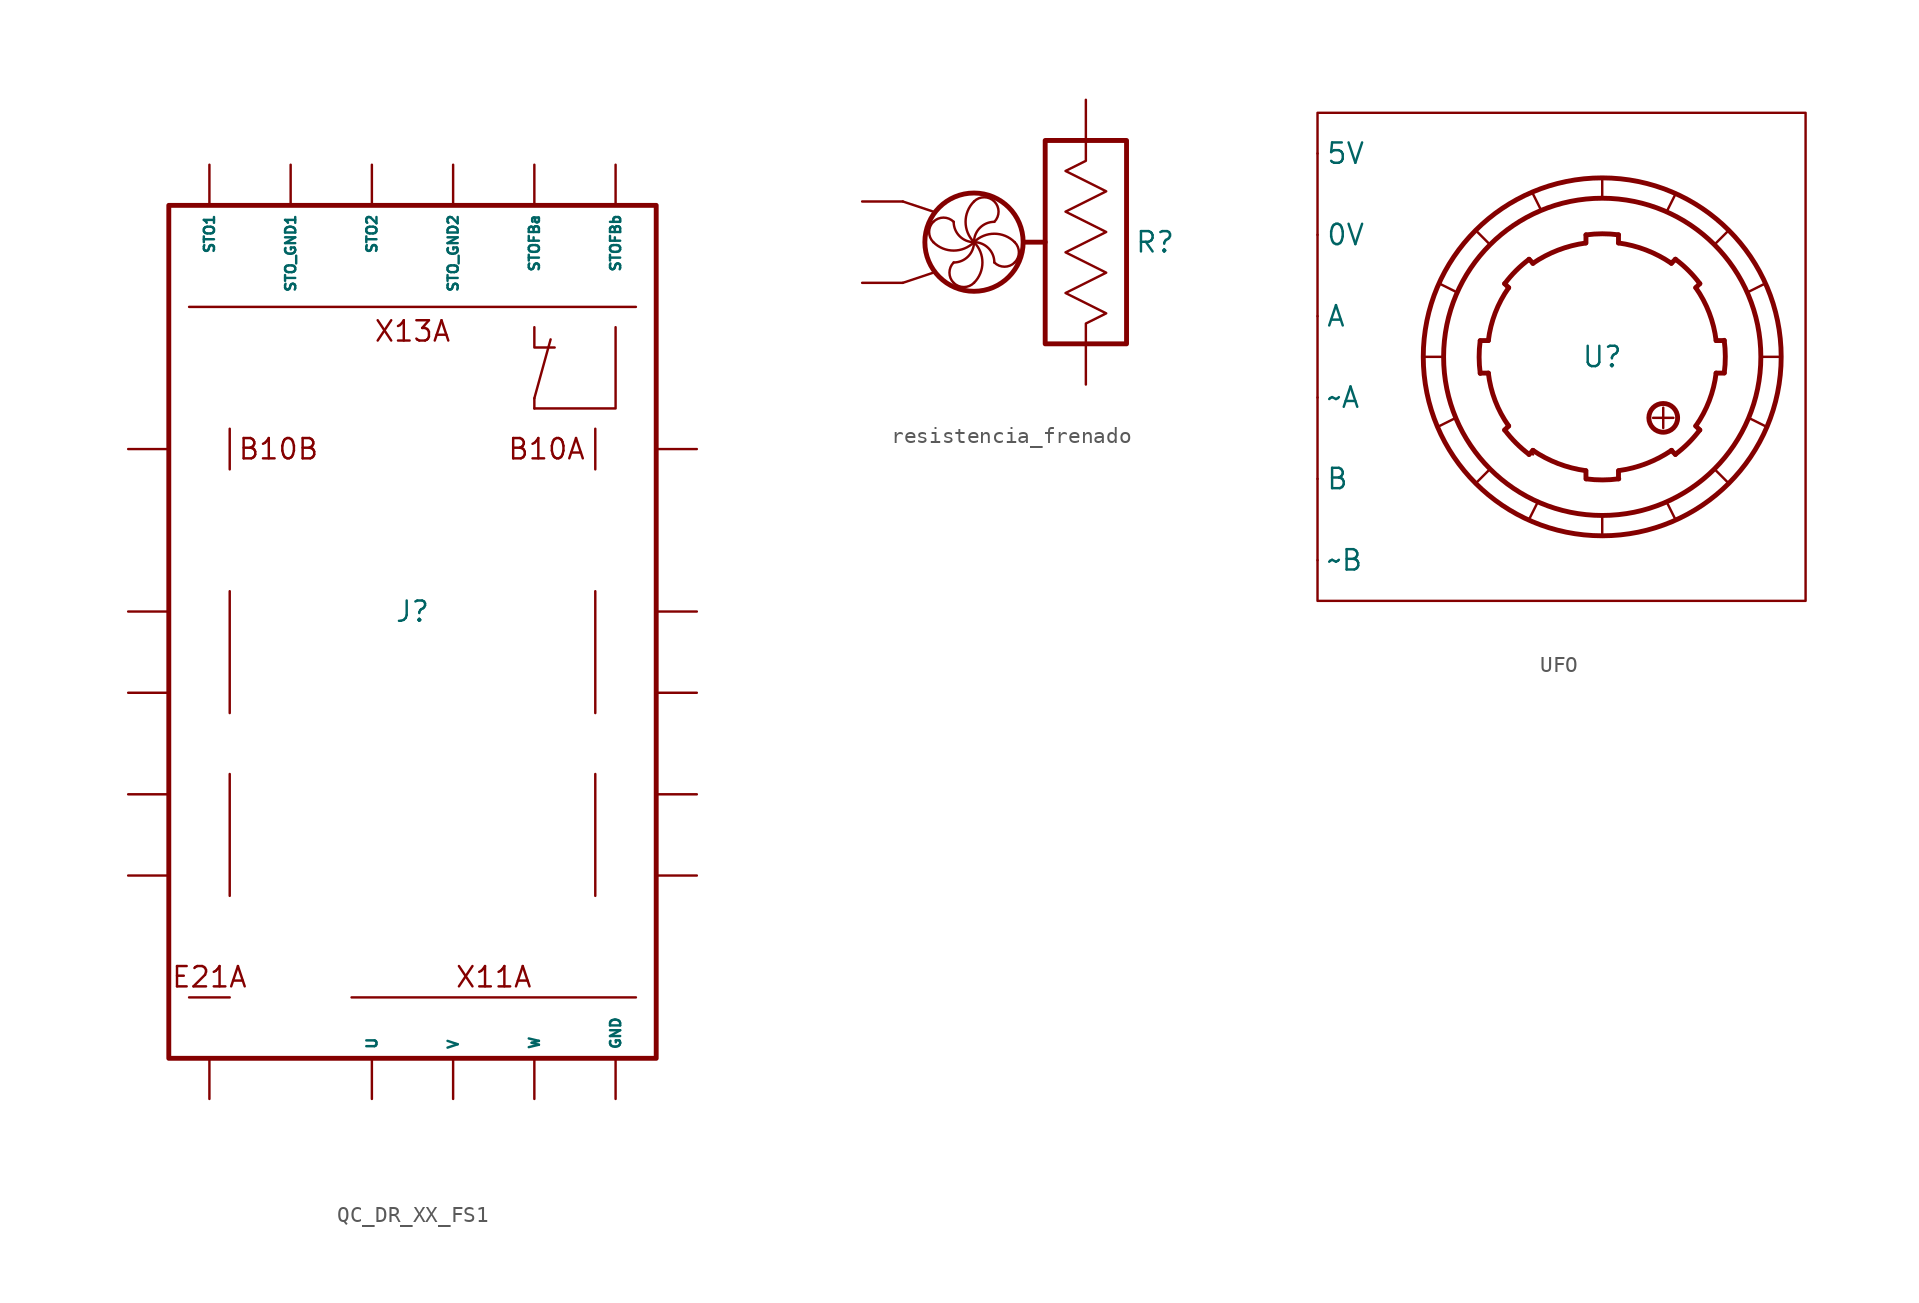
<source format=kicad_sym>
(kicad_symbol_lib
  (version 20241209)
  (generator "kicad_symbol_editor")
  (generator_version "9.0")
  (symbol "QC_DR_XX_FS1"
    (property "Reference" "J"
      (at 0 0 0)
      (effects (font (size 1.27 1.27))))
    (property "Value" ""
      (at 0 0 0)
      (effects (font (size 1.27 1.27))))
    (symbol "QC_DR_XX_FS1_1_1"
      (rectangle (start -15.24 25.4) (end 15.24 -27.94) (stroke (width 0.305) (type solid)) (fill (type none)))
      (polyline (pts (xy -11.43 11.43) (xy -11.43 8.89)) (stroke (width 0) (type default)) (fill (type none)))
      (polyline (pts (xy -11.43 1.27) (xy -11.43 -6.35)) (stroke (width 0) (type default)) (fill (type none)))
      (polyline (pts (xy -11.43 -10.16) (xy -11.43 -17.78)) (stroke (width 0) (type default)) (fill (type none)))
      (polyline (pts (xy -11.43 -24.13) (xy -13.97 -24.13)) (stroke (width 0) (type default)) (fill (type none)))
      (polyline (pts (xy -3.81 -24.13) (xy 13.97 -24.13)) (stroke (width 0) (type default)) (fill (type none)))
      (polyline (pts (xy 7.62 17.78) (xy 7.62 16.51) (xy 8.89 16.51)) (stroke (width 0) (type default)) (fill (type none)))
      (polyline (pts (xy 7.62 13.335) (xy 7.62 12.7)) (stroke (width 0) (type default)) (fill (type none)))
      (polyline (pts (xy 7.62 13.335) (xy 8.636 17.018)) (stroke (width 0) (type default)) (fill (type none)))
      (polyline (pts (xy 11.43 11.43) (xy 11.43 8.89)) (stroke (width 0) (type default)) (fill (type none)))
      (polyline (pts (xy 11.43 1.27) (xy 11.43 -6.35)) (stroke (width 0) (type default)) (fill (type none)))
      (polyline (pts (xy 11.43 -10.16) (xy 11.43 -17.78)) (stroke (width 0) (type default)) (fill (type none)))
      (polyline (pts (xy 12.7 17.78) (xy 12.7 12.7) (xy 7.62 12.7)) (stroke (width 0) (type default)) (fill (type none)))
      (polyline (pts (xy 13.97 19.05) (xy -13.97 19.05)) (stroke (width 0) (type default)) (fill (type none)))
      (text "E21A" (at -12.7 -22.86 0) (effects (font (size 1.27 1.27))))
      (text "B10B" (at -8.382 10.16 0) (effects (font (size 1.27 1.27))))
      (text "X13A" (at 0 17.526 0) (effects (font (size 1.27 1.27))))
      (text "X11A" (at 5.08 -22.86 0) (effects (font (size 1.27 1.27))))
      (text "B10A" (at 8.382 10.16 0) (effects (font (size 1.27 1.27))))
      (pin output line (at -17.78 10.16 0) (length 2.54) (name "" (effects (font (size 1.27 1.27)))) (number "" (effects (font (size 0.635 0.635)))))
      (pin output line (at -17.78 0 0) (length 2.54) (name "" (effects (font (size 1.27 1.27)))) (number "" (effects (font (size 0.635 0.635)))))
      (pin output line (at -17.78 -5.08 0) (length 2.54) (name "" (effects (font (size 1.27 1.27)))) (number "" (effects (font (size 0.635 0.635)))))
      (pin output line (at -17.78 -11.43 0) (length 2.54) (name "" (effects (font (size 1.27 1.27)))) (number "" (effects (font (size 0.635 0.635)))))
      (pin output line (at -17.78 -16.51 0) (length 2.54) (name "" (effects (font (size 1.27 1.27)))) (number "" (effects (font (size 0.635 0.635)))))
      (pin output line (at -12.7 27.94 270) (length 2.54) (name "STO1" (effects (font (size 0.635 0.635)))) (number "" (effects (font (size 0.635 0.635)))))
      (pin output line (at -12.7 -30.48 90) (length 2.54) (name "" (effects (font (size 1.27 1.27)))) (number "" (effects (font (size 0.635 0.635)))))
      (pin output line (at -7.62 27.94 270) (length 2.54) (name "STO_GND1" (effects (font (size 0.635 0.635)))) (number "" (effects (font (size 0.635 0.635)))))
      (pin output line (at -2.54 27.94 270) (length 2.54) (name "STO2" (effects (font (size 0.635 0.635)))) (number "" (effects (font (size 0.635 0.635)))))
      (pin output line (at -2.54 -30.48 90) (length 2.54) (name "U" (effects (font (size 0.635 0.635)))) (number "" (effects (font (size 0.635 0.635)))))
      (pin output line (at 2.54 27.94 270) (length 2.54) (name "STO_GND2" (effects (font (size 0.635 0.635)))) (number "" (effects (font (size 0.635 0.635)))))
      (pin output line (at 2.54 -30.48 90) (length 2.54) (name "V" (effects (font (size 0.635 0.635)))) (number "" (effects (font (size 0.635 0.635)))))
      (pin output line (at 7.62 27.94 270) (length 2.54) (name "STOFBa" (effects (font (size 0.635 0.635)))) (number "" (effects (font (size 0.635 0.635)))))
      (pin output line (at 7.62 -30.48 90) (length 2.54) (name "W" (effects (font (size 0.635 0.635)))) (number "" (effects (font (size 0.635 0.635)))))
      (pin output line (at 12.7 27.94 270) (length 2.54) (name "STOFBb" (effects (font (size 0.635 0.635)))) (number "" (effects (font (size 0.635 0.635)))))
      (pin output line (at 12.7 -30.48 90) (length 2.54) (name "GND" (effects (font (size 0.635 0.635)))) (number "" (effects (font (size 0.635 0.635)))))
      (pin output line (at 17.78 10.16 180) (length 2.54) (name "" (effects (font (size 1.27 1.27)))) (number "" (effects (font (size 0.635 0.635)))))
      (pin output line (at 17.78 0 180) (length 2.54) (name "" (effects (font (size 1.27 1.27)))) (number "" (effects (font (size 0.635 0.635)))))
      (pin output line (at 17.78 -5.08 180) (length 2.54) (name "" (effects (font (size 1.27 1.27)))) (number "" (effects (font (size 0.635 0.635)))))
      (pin output line (at 17.78 -11.43 180) (length 2.54) (name "" (effects (font (size 1.27 1.27)))) (number "" (effects (font (size 0.635 0.635)))))
      (pin output line (at 17.78 -16.51 180) (length 2.54) (name "" (effects (font (size 1.27 1.27)))) (number "" (effects (font (size 0.635 0.635)))))))
  (symbol "resistencia_frenado"
    (property "Reference" "R"
      (at 4.318 0 0)
      (effects (font (size 1.27 1.27))))
    (property "Value" ""
      (at 0 0 0)
      (effects (font (size 1.27 1.27))))
    (symbol "resistencia_frenado_0_1"
      (arc (start -9.525 1.2701) (mid -8.89 1.5331) (end -8.255 1.2701) (stroke (width 0) (type default)) (fill (type none)))
      (arc (start -9.525 0.0001) (mid -9.788 0.6351) (end -9.525 1.2701) (stroke (width 0) (type default)) (fill (type none)))
      (arc (start -6.985 0.0001) (mid -8.255 -0.526) (end -9.525 0.0001) (stroke (width 0) (type default)) (fill (type none)))
      (arc (start -6.9848 0.0001) (mid -7.3568 -0.8979) (end -8.2548 -1.2699) (stroke (width 0) (type default)) (fill (type none)))
      (arc (start -6.9848 0.0001) (mid -6.4587 -1.2699) (end -6.9848 -2.5399) (stroke (width 0) (type default)) (fill (type none)))
      (arc (start -6.9848 -2.5399) (mid -7.6198 -2.8029) (end -8.2548 -2.5399) (stroke (width 0) (type default)) (fill (type none)))
      (arc (start -8.2548 -2.5399) (mid -8.5178 -1.9049) (end -8.2548 -1.2699) (stroke (width 0) (type default)) (fill (type none)))
      (arc (start -6.9849 0.0002) (mid -6.0869 -0.3718) (end -5.7149 -1.2698) (stroke (width 0) (type default)) (fill (type none)))
      (arc (start -6.985 0.0001) (mid -7.883 0.3721) (end -8.255 1.2701) (stroke (width 0) (type default)) (fill (type none)))
      (arc (start -6.9849 2.5402) (mid -5.7149 2.5402) (end -5.7149 1.2702) (stroke (width 0) (type default)) (fill (type none)))
      (arc (start -6.9849 0.0002) (mid -7.511 1.2702) (end -6.9849 2.5402) (stroke (width 0) (type default)) (fill (type none)))
      (arc (start -6.9849 0.0002) (mid -5.7149 0.5263) (end -4.4449 0.0002) (stroke (width 0) (type default)) (fill (type none)))
      (arc (start -6.9849 0.0002) (mid -6.6129 0.8982) (end -5.7149 1.2702) (stroke (width 0) (type default)) (fill (type none)))
      (arc (start -4.4449 0.0002) (mid -4.1819 -0.6348) (end -4.4449 -1.2698) (stroke (width 0) (type default)) (fill (type none)))
      (arc (start -4.4449 -1.2698) (mid -5.0799 -1.5328) (end -5.7149 -1.2698) (stroke (width 0) (type default)) (fill (type none)))
      (polyline (pts (xy 0 6.35) (xy 0 5.08) (xy -1.27 4.445) (xy 1.27 3.175) (xy -1.27 1.905) (xy 1.27 0.635) (xy -1.27 -0.635) (xy 1.27 -1.905) (xy -1.27 -3.175) (xy 1.27 -4.445) (xy 0 -5.08) (xy 0 -6.35)) (stroke (width 0) (type default)) (fill (type none))))
    (symbol "resistencia_frenado_1_1"
      (polyline (pts (xy -11.43 2.54) (xy -9.525 1.905)) (stroke (width 0) (type default)) (fill (type none)))
      (polyline (pts (xy -11.43 -2.54) (xy -9.525 -1.905)) (stroke (width 0) (type default)) (fill (type none)))
      (circle (center -6.985 0.0002) (radius 3.069) (stroke (width 0.305) (type solid)) (fill (type none)))
      (rectangle (start -2.54 6.35) (end 2.54 -6.35) (stroke (width 0.305) (type solid)) (fill (type none)))
      (polyline (pts (xy -2.54 0) (xy -3.81 0)) (stroke (width 0.305) (type solid)) (fill (type none)))
      (pin input line (at -13.97 2.54 0) (length 2.54) (name "" (effects (font (size 1.27 1.27)))) (number "" (effects (font (size 1.27 1.27)))))
      (pin input line (at -13.97 -2.54 0) (length 2.54) (name "" (effects (font (size 1.27 1.27)))) (number "" (effects (font (size 1.27 1.27)))))
      (pin input line (at 0 8.89 270) (length 2.54) (name "" (effects (font (size 1.27 1.27)))) (number "" (effects (font (size 1.27 1.27)))))
      (pin output line (at 0 -8.89 90) (length 2.54) (name "" (effects (font (size 1.27 1.27)))) (number "" (effects (font (size 1.27 1.27)))))))
  (symbol "UFO"
    (property "Reference" "U"
      (at 0 0 0)
      (effects (font (size 1.27 1.27))))
    (property "Value" ""
      (at 0 0 0)
      (effects (font (size 1.27 1.27))))
    (symbol "UFO_0_1"
      (polyline (pts (xy 0 9.906) (xy 0 11.176)) (stroke (width 0) (type default)) (fill (type none))))
    (symbol "UFO_1_1"
      (rectangle (start -17.78 15.24) (end 12.7 -15.24) (stroke (width 0) (type default)) (fill (type none)))
      (polyline (pts (xy -10.16 4.572) (xy -9.144 4.064)) (stroke (width 0) (type default)) (fill (type none)))
      (polyline (pts (xy -9.906 0) (xy -11.176 0)) (stroke (width 0) (type default)) (fill (type none)))
      (polyline (pts (xy -9.144 -3.81) (xy -10.16 -4.318)) (stroke (width 0) (type default)) (fill (type none)))
      (polyline (pts (xy -7.874 -7.874) (xy -7.112 -7.112)) (stroke (width 0) (type default)) (fill (type none)))
      (polyline (pts (xy -7.62 1.016) (xy -7.112 1.016)) (stroke (width 0.305) (type solid)) (fill (type none)))
      (polyline (pts (xy -7.62 -1.016) (xy -7.112 -1.016)) (stroke (width 0.305) (type solid)) (fill (type none)))
      (polyline (pts (xy -7.112 7.112) (xy -7.874 7.874)) (stroke (width 0) (type default)) (fill (type none)))
      (polyline (pts (xy -6.096 4.572) (xy -5.842 4.318)) (stroke (width 0.305) (type solid)) (fill (type none)))
      (polyline (pts (xy -6.096 -4.572) (xy -5.842 -4.318)) (stroke (width 0.305) (type solid)) (fill (type none)))
      (polyline (pts (xy -4.572 6.096) (xy -4.318 5.842)) (stroke (width 0.305) (type solid)) (fill (type none)))
      (polyline (pts (xy -4.572 -6.096) (xy -4.318 -5.842)) (stroke (width 0.305) (type solid)) (fill (type none)))
      (polyline (pts (xy -4.318 -6.096) (xy -4.318 -6.096)) (stroke (width 0) (type default)) (fill (type none)))
      (polyline (pts (xy -4.064 -9.144) (xy -4.572 -10.16)) (stroke (width 0) (type default)) (fill (type none)))
      (polyline (pts (xy -3.81 9.144) (xy -4.318 10.16)) (stroke (width 0) (type default)) (fill (type none)))
      (polyline (pts (xy -1.016 7.62) (xy -1.016 7.112)) (stroke (width 0.305) (type solid)) (fill (type none)))
      (polyline (pts (xy -1.016 -7.62) (xy -1.016 -7.112)) (stroke (width 0.305) (type solid)) (fill (type none)))
      (arc (start 7.112 -1.016) (mid 6.6822 -2.7459) (end 5.842 -4.318) (stroke (width 0.3048) (type solid)) (fill (type none)))
      (arc (start 5.842 4.318) (mid 6.6828 2.7462) (end 7.112 1.016) (stroke (width 0.3048) (type solid)) (fill (type none)))
      (arc (start -5.842 -4.318) (mid -6.6849 -2.747) (end -7.112 -1.016) (stroke (width 0.3048) (type solid)) (fill (type none)))
      (arc (start 1.016 7.112) (mid 2.7411 6.6696) (end 4.318 5.842) (stroke (width 0.3048) (type solid)) (fill (type none)))
      (arc (start 6.091 -4.567) (mid 5.3832 -5.3832) (end 4.567 -6.091) (stroke (width 0.3048) (type solid)) (fill (type none)))
      (arc (start -1.0335 -7.1067) (mid -2.7586 -6.6643) (end -4.3355 -5.8367) (stroke (width 0.3048) (type solid)) (fill (type none)))
      (arc (start 4.3355 -5.8367) (mid 2.7586 -6.6643) (end 1.0335 -7.1067) (stroke (width 0.3048) (type solid)) (fill (type none)))
      (arc (start -7.6181 -1.0323) (mid -7.6877 -0.019) (end -7.6231 0.9947) (stroke (width 0.3048) (type solid)) (fill (type none)))
      (arc (start -6.091 4.567) (mid -5.3832 5.3832) (end -4.567 6.091) (stroke (width 0.3048) (type solid)) (fill (type none)))
      (arc (start -4.567 -6.091) (mid -5.3832 -5.3832) (end -6.091 -4.567) (stroke (width 0.3048) (type solid)) (fill (type none)))
      (circle (center 0 0) (radius 9.906) (stroke (width 0.305) (type solid)) (fill (type none)))
      (circle (center 0 0) (radius 11.176) (stroke (width 0.305) (type solid)) (fill (type none)))
      (arc (start 1.0323 -7.6181) (mid 0.019 -7.6877) (end -0.9947 -7.6231) (stroke (width 0.3048) (type solid)) (fill (type none)))
      (arc (start 7.6181 1.0323) (mid 7.6877 0.019) (end 7.6231 -0.9947) (stroke (width 0.3048) (type solid)) (fill (type none)))
      (arc (start -4.3355 5.8367) (mid -2.7586 6.6643) (end -1.0335 7.1067) (stroke (width 0.3048) (type solid)) (fill (type none)))
      (polyline (pts (xy 0 -9.906) (xy 0 -11.176)) (stroke (width 0) (type default)) (fill (type none)))
      (arc (start 4.572 6.096) (mid 5.3882 5.3882) (end 6.096 4.572) (stroke (width 0.3048) (type solid)) (fill (type none)))
      (arc (start -1.011 7.615) (mid 0.0023 7.6846) (end 1.016 7.62) (stroke (width 0.3048) (type solid)) (fill (type none)))
      (arc (start -7.112 1.016) (mid -6.6822 2.7459) (end -5.842 4.318) (stroke (width 0.3048) (type solid)) (fill (type none)))
      (polyline (pts (xy 1.016 7.62) (xy 1.016 7.112)) (stroke (width 0.305) (type solid)) (fill (type none)))
      (polyline (pts (xy 1.016 -7.62) (xy 1.016 -7.112)) (stroke (width 0.305) (type solid)) (fill (type none)))
      (polyline (pts (xy 3.175 -3.81) (xy 4.445 -3.81)) (stroke (width 0) (type default)) (fill (type none)))
      (polyline (pts (xy 3.81 -3.175) (xy 3.81 -4.445)) (stroke (width 0) (type default)) (fill (type none)))
      (circle (center 3.81 -3.81) (radius 0.898) (stroke (width 0.305) (type solid)) (fill (type none)))
      (polyline (pts (xy 4.572 10.16) (xy 4.064 9.144)) (stroke (width 0) (type default)) (fill (type none)))
      (polyline (pts (xy 4.572 6.096) (xy 4.318 5.842)) (stroke (width 0.305) (type solid)) (fill (type none)))
      (polyline (pts (xy 4.572 -6.096) (xy 4.318 -5.842)) (stroke (width 0.305) (type solid)) (fill (type none)))
      (polyline (pts (xy 4.572 -10.16) (xy 4.064 -9.144)) (stroke (width 0) (type default)) (fill (type none)))
      (polyline (pts (xy 6.096 4.572) (xy 5.842 4.318)) (stroke (width 0.305) (type solid)) (fill (type none)))
      (polyline (pts (xy 6.096 -4.572) (xy 5.842 -4.318)) (stroke (width 0.305) (type solid)) (fill (type none)))
      (polyline (pts (xy 7.62 1.016) (xy 7.112 1.016)) (stroke (width 0.305) (type solid)) (fill (type none)))
      (polyline (pts (xy 7.62 -1.016) (xy 7.112 -1.016)) (stroke (width 0.305) (type solid)) (fill (type none)))
      (polyline (pts (xy 7.874 7.874) (xy 7.112 7.112)) (stroke (width 0) (type default)) (fill (type none)))
      (polyline (pts (xy 7.874 -7.874) (xy 7.112 -7.112)) (stroke (width 0) (type default)) (fill (type none)))
      (polyline (pts (xy 9.144 4.064) (xy 10.16 4.572)) (stroke (width 0) (type default)) (fill (type none)))
      (polyline (pts (xy 9.144 -3.81) (xy 10.16 -4.318)) (stroke (width 0) (type default)) (fill (type none)))
      (polyline (pts (xy 9.906 0) (xy 11.176 0)) (stroke (width 0) (type default)) (fill (type none)))
      (pin output line (at -17.78 12.7 0) (length 0) (name "5V" (effects (font (size 1.27 1.27)))) (number "" (effects (font (size 1.27 1.27)))))
      (pin output line (at -17.78 7.62 0) (length 0) (name "0V" (effects (font (size 1.27 1.27)))) (number "" (effects (font (size 1.27 1.27)))))
      (pin output line (at -17.78 2.54 0) (length 0) (name "A" (effects (font (size 1.27 1.27)))) (number "" (effects (font (size 1.27 1.27)))))
      (pin output line (at -17.78 -2.54 0) (length 0) (name "~A" (effects (font (size 1.27 1.27)))) (number "" (effects (font (size 1.27 1.27)))))
      (pin output line (at -17.78 -7.62 0) (length 0) (name "B" (effects (font (size 1.27 1.27)))) (number "" (effects (font (size 1.27 1.27)))))
      (pin output line (at -17.78 -12.7 0) (length 0) (name "~B" (effects (font (size 1.27 1.27)))) (number "" (effects (font (size 1.27 1.27))))))))
</source>
